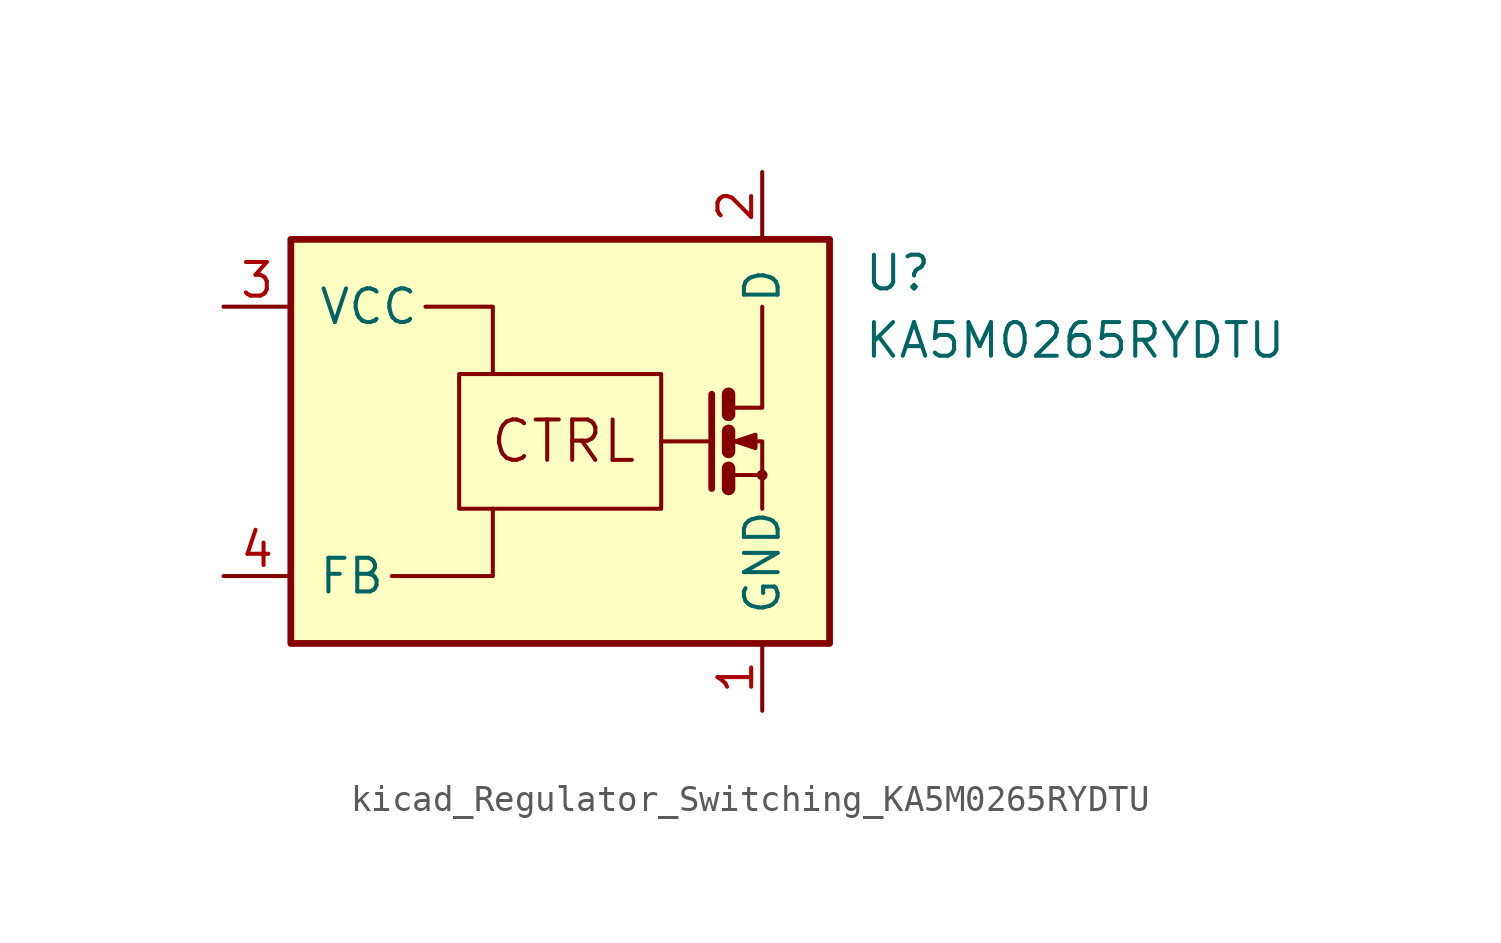
<source format=kicad_sym>
(kicad_symbol_lib
  (version 20220914)
  (generator kicad_symbol_editor)
  (symbol "kicad_Regulator_Switching_KA5M0265RYDTU"
    (pin_names
      (offset 1.016))
    (property "Reference" "U"
      (at 11.43 6.35 0)
      (effects (font (size 1.27 1.27)) (justify left)))
    (property "Value" "KA5M0265RYDTU"
      (at 11.43 3.81 0)
      (effects (font (size 1.27 1.27)) (justify left)))
    (symbol "kicad_Regulator_Switching_KA5M0265RYDTU_0_0"
      (rectangle (start -10.16 7.62) (end 10.16 -7.62) (stroke (width 0.254) (type default)) (fill (type background)))
      (rectangle (start -3.81 2.54) (end 3.81 -2.54) (stroke (width 0) (type default)) (fill (type none)))
      (polyline (pts (xy 3.81 0) (xy 5.715 0)) (stroke (width 0) (type default)) (fill (type none)))
      (polyline (pts (xy 5.715 1.778) (xy 5.715 -1.778)) (stroke (width 0.254) (type default)) (fill (type none)))
      (polyline (pts (xy 6.35 -1.27) (xy 7.62 -1.27)) (stroke (width 0) (type default)) (fill (type none)))
      (polyline (pts (xy 6.35 -1.016) (xy 6.35 -1.778)) (stroke (width 0.508) (type default)) (fill (type none)))
      (polyline (pts (xy 6.35 0.381) (xy 6.35 -0.381)) (stroke (width 0.508) (type default)) (fill (type none)))
      (polyline (pts (xy 6.35 1.778) (xy 6.35 1.016)) (stroke (width 0.508) (type default)) (fill (type none)))
      (polyline (pts (xy -6.35 -5.08) (xy -2.54 -5.08) (xy -2.54 -2.54)) (stroke (width 0) (type default)) (fill (type none)))
      (polyline (pts (xy -5.08 5.08) (xy -2.54 5.08) (xy -2.54 2.54)) (stroke (width 0) (type default)) (fill (type none)))
      (polyline (pts (xy 6.35 1.27) (xy 7.62 1.27) (xy 7.62 5.08)) (stroke (width 0) (type default)) (fill (type none)))
      (polyline (pts (xy 7.62 -2.54) (xy 7.62 0) (xy 6.35 0)) (stroke (width 0) (type default)) (fill (type none)))
      (polyline (pts (xy 6.604 0) (xy 7.366 0.254) (xy 7.366 -0.254) (xy 6.604 0)) (stroke (width 0) (type default)) (fill (type outline)))
      (circle (center 7.62 -1.27) (radius 0.127) (stroke (width 0) (type default)) (fill (type none)))
      (text "CTRL" (at 0.127 0 0) (effects (font (size 1.524 1.524)))))
    (symbol "kicad_Regulator_Switching_KA5M0265RYDTU_1_1"
      (pin power_in line (at 7.62 -10.16 90) (length 2.54) (name "GND" (effects (font (size 1.27 1.27)))) (number "1" (effects (font (size 1.27 1.27)))))
      (pin passive line (at 7.62 10.16 270) (length 2.54) (name "D" (effects (font (size 1.27 1.27)))) (number "2" (effects (font (size 1.27 1.27)))))
      (pin power_in line (at -12.7 5.08 0) (length 2.54) (name "VCC" (effects (font (size 1.27 1.27)))) (number "3" (effects (font (size 1.27 1.27)))))
      (pin passive line (at -12.7 -5.08 0) (length 2.54) (name "FB" (effects (font (size 1.27 1.27)))) (number "4" (effects (font (size 1.27 1.27))))))))
</source>
